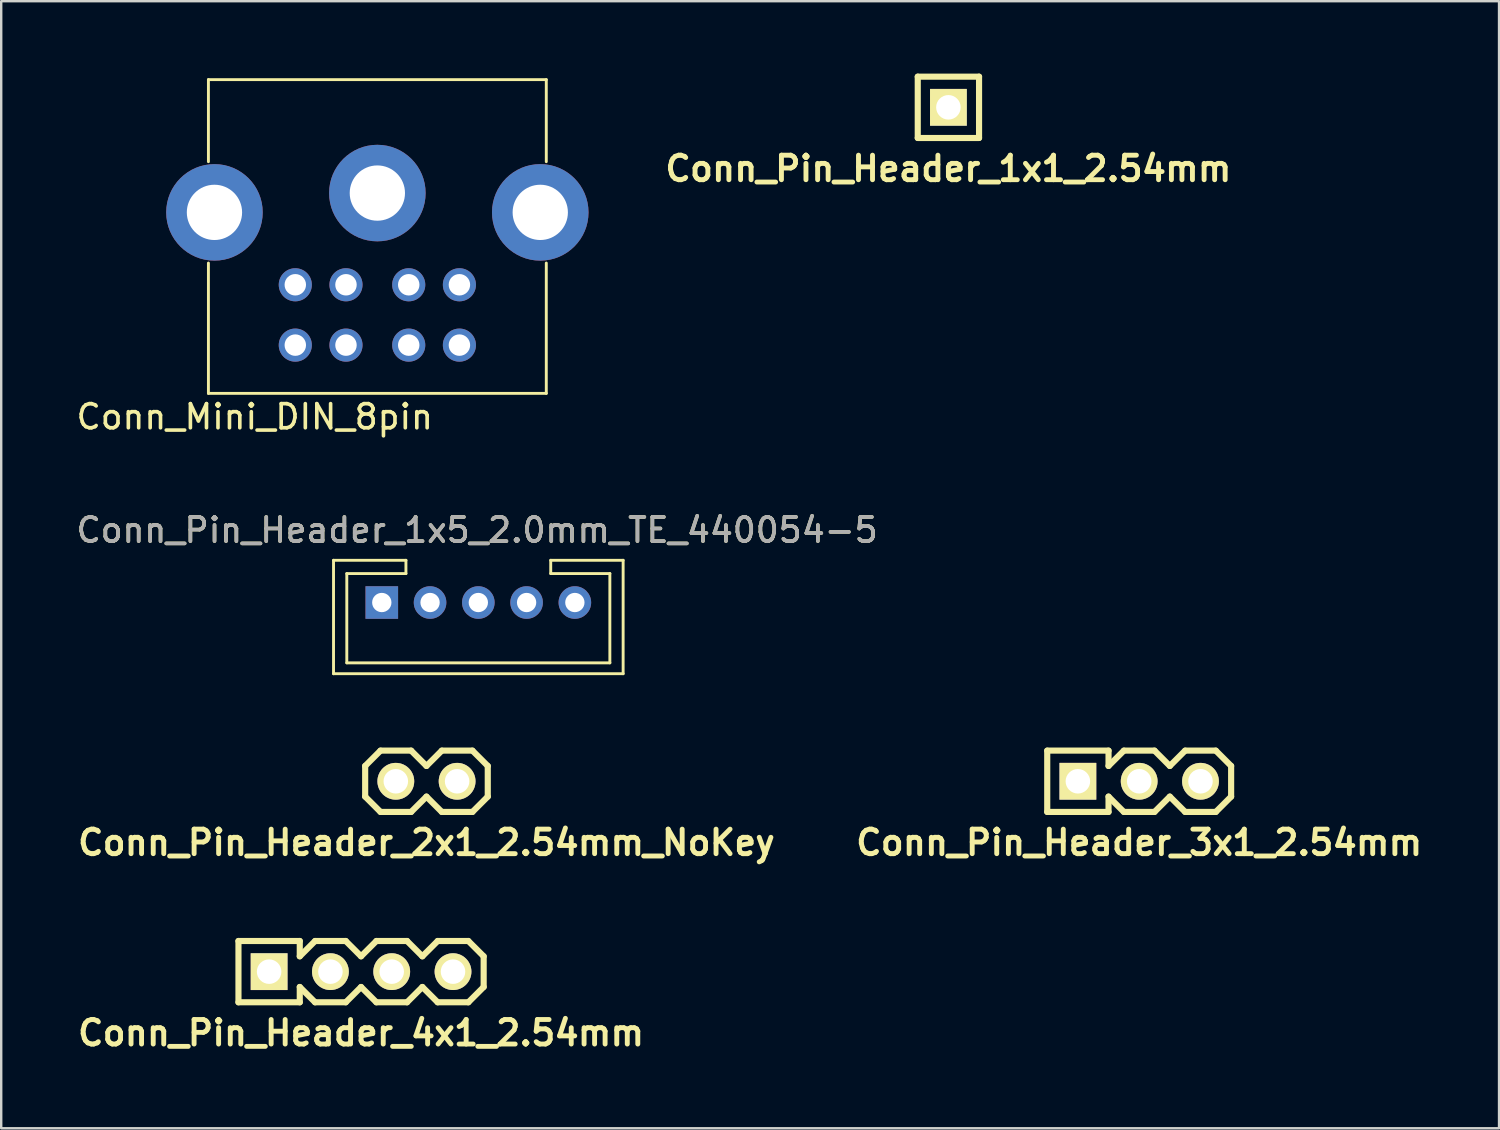
<source format=kicad_pcb>
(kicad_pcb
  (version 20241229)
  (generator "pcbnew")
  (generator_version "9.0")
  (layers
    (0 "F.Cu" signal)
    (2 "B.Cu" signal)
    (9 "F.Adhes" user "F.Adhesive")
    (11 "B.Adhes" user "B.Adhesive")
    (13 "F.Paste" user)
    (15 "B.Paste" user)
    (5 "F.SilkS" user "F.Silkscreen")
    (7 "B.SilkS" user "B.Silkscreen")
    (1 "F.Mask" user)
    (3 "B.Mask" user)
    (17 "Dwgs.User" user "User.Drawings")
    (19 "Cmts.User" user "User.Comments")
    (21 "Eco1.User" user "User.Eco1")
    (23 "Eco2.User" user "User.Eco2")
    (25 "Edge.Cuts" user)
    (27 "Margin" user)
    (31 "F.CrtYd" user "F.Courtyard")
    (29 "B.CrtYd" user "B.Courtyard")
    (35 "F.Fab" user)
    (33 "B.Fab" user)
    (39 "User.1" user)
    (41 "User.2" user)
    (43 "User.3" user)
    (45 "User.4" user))
  (footprint "Conn_Pin_Header_1x5_2.0mm_TE_440054-5"
    (layer "F.Cu")
    (at 16.77 21.916)
    (property "Reference" "Conn_Pin_Header_1x5_2.0mm_TE_440054-5" (at -0.05 -3 0) (layer "F.SilkS") (effects (font (size 1 1) (thickness 0.15))))
    (attr through_hole)
    (fp_line (start -6 -1.75) (end -6 2.95) (stroke (width 0.12) (type solid)) (layer "F.SilkS"))
    (fp_line (start -6 -1.75) (end -3 -1.75) (stroke (width 0.12) (type solid)) (layer "F.SilkS"))
    (fp_line (start -6 2.95) (end 6 2.95) (stroke (width 0.12) (type solid)) (layer "F.SilkS"))
    (fp_line (start -5.45 -1.2) (end -5.45 2.5) (stroke (width 0.12) (type solid)) (layer "F.SilkS"))
    (fp_line (start -5.45 2.5) (end 5.45 2.5) (stroke (width 0.12) (type solid)) (layer "F.SilkS"))
    (fp_line (start -3 -1.75) (end -3 -1.2) (stroke (width 0.12) (type solid)) (layer "F.SilkS"))
    (fp_line (start -3 -1.2) (end -5.45 -1.2) (stroke (width 0.12) (type solid)) (layer "F.SilkS"))
    (fp_line (start 3 -1.2) (end 3 -1.75) (stroke (width 0.12) (type solid)) (layer "F.SilkS"))
    (fp_line (start 5.45 -1.2) (end 3 -1.2) (stroke (width 0.12) (type solid)) (layer "F.SilkS"))
    (fp_line (start 5.45 2.5) (end 5.45 -1.2) (stroke (width 0.12) (type solid)) (layer "F.SilkS"))
    (fp_line (start 6 -1.75) (end 3 -1.75) (stroke (width 0.12) (type solid)) (layer "F.SilkS"))
    (fp_line (start 6 -1.75) (end 6 2.95) (stroke (width 0.12) (type solid)) (layer "F.SilkS"))
    (fp_text user "${REFERENCE}" (at -0.05 -3 180) (layer "F.Fab") (effects (font (size 1 1) (thickness 0.15))))
    (pad "1" thru_hole rect (at -4 0 90) (size 1.35 1.35) (drill 0.8) (layers "*.Cu" "*.Mask"))
    (pad "2" thru_hole oval (at -2 0 90) (size 1.35 1.35) (drill 0.8) (layers "*.Cu" "*.Mask"))
    (pad "3" thru_hole oval (at 0 0 90) (size 1.35 1.35) (drill 0.8) (layers "*.Cu" "*.Mask"))
    (pad "4" thru_hole oval (at 2 0 90) (size 1.35 1.35) (drill 0.8) (layers "*.Cu" "*.Mask"))
    (pad "5" thru_hole oval (at 4 0 90) (size 1.35 1.35) (drill 0.8) (layers "*.Cu" "*.Mask")))
  (footprint "Conn_Pin_Header_2x1_2.54mm_NoKey"
    (layer "F.Cu")
    (at 14.621 29.323)
    (property "Reference" "Conn_Pin_Header_2x1_2.54mm_NoKey" (at 0 2.54 0) (layer "F.SilkS") (effects (font (size 1.016 1.016) (thickness 0.203))))
    (attr through_hole)
    (fp_line (start -2.54 -0.635) (end -2.54 0.635) (stroke (width 0.254) (type solid)) (layer "F.SilkS"))
    (fp_line (start -2.54 0.635) (end -1.905 1.27) (stroke (width 0.254) (type solid)) (layer "F.SilkS"))
    (fp_line (start -1.905 -1.27) (end -2.54 -0.635) (stroke (width 0.254) (type solid)) (layer "F.SilkS"))
    (fp_line (start -1.905 1.27) (end -0.635 1.27) (stroke (width 0.254) (type solid)) (layer "F.SilkS"))
    (fp_line (start -0.635 -1.27) (end -1.905 -1.27) (stroke (width 0.254) (type solid)) (layer "F.SilkS"))
    (fp_line (start -0.635 1.27) (end 0 0.635) (stroke (width 0.254) (type solid)) (layer "F.SilkS"))
    (fp_line (start 0 -0.635) (end -0.635 -1.27) (stroke (width 0.254) (type solid)) (layer "F.SilkS"))
    (fp_line (start 0 -0.635) (end 0.635 -1.27) (stroke (width 0.254) (type solid)) (layer "F.SilkS"))
    (fp_line (start 0.635 -1.27) (end 1.905 -1.27) (stroke (width 0.254) (type solid)) (layer "F.SilkS"))
    (fp_line (start 0.635 1.27) (end 0 0.635) (stroke (width 0.254) (type solid)) (layer "F.SilkS"))
    (fp_line (start 1.905 -1.27) (end 2.54 -0.635) (stroke (width 0.254) (type solid)) (layer "F.SilkS"))
    (fp_line (start 1.905 1.27) (end 0.635 1.27) (stroke (width 0.254) (type solid)) (layer "F.SilkS"))
    (fp_line (start 2.54 -0.635) (end 2.54 0.635) (stroke (width 0.254) (type solid)) (layer "F.SilkS"))
    (fp_line (start 2.54 0.635) (end 1.905 1.27) (stroke (width 0.254) (type solid)) (layer "F.SilkS"))
    (pad "1" thru_hole circle (at -1.27 0) (size 1.524 1.524) (drill 1.016) (layers "*.Cu" "*.Mask" "F.SilkS"))
    (pad "2" thru_hole circle (at 1.27 0) (size 1.524 1.524) (drill 1.016) (layers "*.Cu" "*.Mask" "F.SilkS")))
  (footprint "Conn_Pin_Header_3x1_2.54mm"
    (layer "F.Cu")
    (at 44.153 29.323)
    (property "Reference" "Conn_Pin_Header_3x1_2.54mm" (at 0 2.54 0) (layer "F.SilkS") (effects (font (size 1.016 1.016) (thickness 0.203))))
    (attr through_hole)
    (fp_line (start -3.81 -1.27) (end -1.27 -1.27) (stroke (width 0.254) (type solid)) (layer "F.SilkS"))
    (fp_line (start -3.81 1.27) (end -3.81 -1.27) (stroke (width 0.254) (type solid)) (layer "F.SilkS"))
    (fp_line (start -1.27 -0.635) (end -1.27 -1.27) (stroke (width 0.254) (type solid)) (layer "F.SilkS"))
    (fp_line (start -1.27 -0.635) (end -0.635 -1.27) (stroke (width 0.254) (type solid)) (layer "F.SilkS"))
    (fp_line (start -1.27 1.27) (end -3.81 1.27) (stroke (width 0.254) (type solid)) (layer "F.SilkS"))
    (fp_line (start -1.27 1.27) (end -1.27 0.635) (stroke (width 0.254) (type solid)) (layer "F.SilkS"))
    (fp_line (start -0.635 -1.27) (end 0.635 -1.27) (stroke (width 0.254) (type solid)) (layer "F.SilkS"))
    (fp_line (start -0.635 1.27) (end -1.27 0.635) (stroke (width 0.254) (type solid)) (layer "F.SilkS"))
    (fp_line (start 0.635 -1.27) (end 1.27 -0.635) (stroke (width 0.254) (type solid)) (layer "F.SilkS"))
    (fp_line (start 0.635 1.27) (end -0.635 1.27) (stroke (width 0.254) (type solid)) (layer "F.SilkS"))
    (fp_line (start 1.27 -0.635) (end 1.905 -1.27) (stroke (width 0.254) (type solid)) (layer "F.SilkS"))
    (fp_line (start 1.27 0.635) (end 0.635 1.27) (stroke (width 0.254) (type solid)) (layer "F.SilkS"))
    (fp_line (start 1.905 -1.27) (end 3.175 -1.27) (stroke (width 0.254) (type solid)) (layer "F.SilkS"))
    (fp_line (start 1.905 1.27) (end 1.27 0.635) (stroke (width 0.254) (type solid)) (layer "F.SilkS"))
    (fp_line (start 3.175 -1.27) (end 3.81 -0.635) (stroke (width 0.254) (type solid)) (layer "F.SilkS"))
    (fp_line (start 3.175 1.27) (end 1.905 1.27) (stroke (width 0.254) (type solid)) (layer "F.SilkS"))
    (fp_line (start 3.81 -0.635) (end 3.81 0.635) (stroke (width 0.254) (type solid)) (layer "F.SilkS"))
    (fp_line (start 3.81 0.635) (end 3.175 1.27) (stroke (width 0.254) (type solid)) (layer "F.SilkS"))
    (pad "1" thru_hole rect (at -2.54 0) (size 1.524 1.524) (drill 1.016) (layers "*.Cu" "*.Mask" "F.SilkS"))
    (pad "2" thru_hole circle (at 0 0) (size 1.524 1.524) (drill 1.016) (layers "*.Cu" "*.Mask" "F.SilkS"))
    (pad "3" thru_hole circle (at 2.54 0) (size 1.524 1.524) (drill 1.016) (layers "*.Cu" "*.Mask" "F.SilkS")))
  (footprint "Conn_Pin_Header_1x1_2.54mm"
    (layer "F.Cu")
    (at 36.248 1.397)
    (property "Reference" "Conn_Pin_Header_1x1_2.54mm" (at 0 2.54 0) (layer "F.SilkS") (effects (font (size 1.016 1.016) (thickness 0.203))))
    (attr through_hole)
    (fp_line (start -1.27 -1.27) (end 1.27 -1.27) (stroke (width 0.254) (type solid)) (layer "F.SilkS"))
    (fp_line (start -1.27 1.27) (end -1.27 -1.27) (stroke (width 0.254) (type solid)) (layer "F.SilkS"))
    (fp_line (start 1.27 1.27) (end -1.27 1.27) (stroke (width 0.254) (type solid)) (layer "F.SilkS"))
    (fp_line (start 1.27 1.27) (end 1.27 -1.27) (stroke (width 0.254) (type solid)) (layer "F.SilkS"))
    (pad "1" thru_hole rect (at 0 0) (size 1.524 1.524) (drill 1.016) (layers "*.Cu" "*.Mask" "F.SilkS")))
  (footprint "Conn_Pin_Header_4x1_2.54mm"
    (layer "F.Cu")
    (at 11.911 37.211)
    (property "Reference" "Conn_Pin_Header_4x1_2.54mm" (at 0 2.54 0) (layer "F.SilkS") (effects (font (size 1.016 1.016) (thickness 0.203))))
    (attr through_hole)
    (fp_line (start -5.08 -1.27) (end -2.54 -1.27) (stroke (width 0.254) (type solid)) (layer "F.SilkS"))
    (fp_line (start -5.08 1.27) (end -5.08 -1.27) (stroke (width 0.254) (type solid)) (layer "F.SilkS"))
    (fp_line (start -2.54 -0.635) (end -2.54 -1.27) (stroke (width 0.254) (type solid)) (layer "F.SilkS"))
    (fp_line (start -2.54 -0.635) (end -1.905 -1.27) (stroke (width 0.254) (type solid)) (layer "F.SilkS"))
    (fp_line (start -2.54 1.27) (end -5.08 1.27) (stroke (width 0.254) (type solid)) (layer "F.SilkS"))
    (fp_line (start -2.54 1.27) (end -2.54 0.635) (stroke (width 0.254) (type solid)) (layer "F.SilkS"))
    (fp_line (start -1.905 -1.27) (end -0.635 -1.27) (stroke (width 0.254) (type solid)) (layer "F.SilkS"))
    (fp_line (start -1.905 1.27) (end -2.54 0.635) (stroke (width 0.254) (type solid)) (layer "F.SilkS"))
    (fp_line (start -0.635 -1.27) (end 0 -0.635) (stroke (width 0.254) (type solid)) (layer "F.SilkS"))
    (fp_line (start -0.635 1.27) (end -1.905 1.27) (stroke (width 0.254) (type solid)) (layer "F.SilkS"))
    (fp_line (start 0 -0.635) (end 0.635 -1.27) (stroke (width 0.254) (type solid)) (layer "F.SilkS"))
    (fp_line (start 0 0.635) (end -0.635 1.27) (stroke (width 0.254) (type solid)) (layer "F.SilkS"))
    (fp_line (start 0.635 -1.27) (end 1.905 -1.27) (stroke (width 0.254) (type solid)) (layer "F.SilkS"))
    (fp_line (start 0.635 1.27) (end 0 0.635) (stroke (width 0.254) (type solid)) (layer "F.SilkS"))
    (fp_line (start 1.905 -1.27) (end 2.54 -0.635) (stroke (width 0.254) (type solid)) (layer "F.SilkS"))
    (fp_line (start 1.905 1.27) (end 0.635 1.27) (stroke (width 0.254) (type solid)) (layer "F.SilkS"))
    (fp_line (start 2.54 -0.635) (end 3.175 -1.27) (stroke (width 0.254) (type solid)) (layer "F.SilkS"))
    (fp_line (start 2.54 0.635) (end 1.905 1.27) (stroke (width 0.254) (type solid)) (layer "F.SilkS"))
    (fp_line (start 3.175 -1.27) (end 4.445 -1.27) (stroke (width 0.254) (type solid)) (layer "F.SilkS"))
    (fp_line (start 3.175 1.27) (end 2.54 0.635) (stroke (width 0.254) (type solid)) (layer "F.SilkS"))
    (fp_line (start 4.445 -1.27) (end 5.08 -0.635) (stroke (width 0.254) (type solid)) (layer "F.SilkS"))
    (fp_line (start 4.445 1.27) (end 3.175 1.27) (stroke (width 0.254) (type solid)) (layer "F.SilkS"))
    (fp_line (start 5.08 -0.635) (end 5.08 0.635) (stroke (width 0.254) (type solid)) (layer "F.SilkS"))
    (fp_line (start 5.08 0.635) (end 4.445 1.27) (stroke (width 0.254) (type solid)) (layer "F.SilkS"))
    (pad "1" thru_hole rect (at -3.81 0) (size 1.524 1.524) (drill 1.016) (layers "*.Cu" "*.Mask" "F.SilkS"))
    (pad "2" thru_hole circle (at -1.27 0) (size 1.524 1.524) (drill 1.016) (layers "*.Cu" "*.Mask" "F.SilkS"))
    (pad "3" thru_hole circle (at 1.27 0) (size 1.524 1.524) (drill 1.016) (layers "*.Cu" "*.Mask" "F.SilkS"))
    (pad "4" thru_hole circle (at 3.81 0) (size 1.524 1.524) (drill 1.016) (layers "*.Cu" "*.Mask" "F.SilkS")))
  (footprint "Conn_Mini_DIN_8pin"
    (layer "F.Cu")
    (at 12.586 0.25)
    (property "Reference" "Conn_Mini_DIN_8pin" (at -5.08 13.97 0) (layer "F.SilkS") (effects (font (size 1 1) (thickness 0.15))))
    (attr through_hole)
    (fp_line (start -7 0) (end -7 3.4) (stroke (width 0.12) (type solid)) (layer "F.SilkS"))
    (fp_line (start -7 0) (end 7 0) (stroke (width 0.12) (type solid)) (layer "F.SilkS"))
    (fp_line (start -7 13) (end -7 7.6) (stroke (width 0.12) (type solid)) (layer "F.SilkS"))
    (fp_line (start 7 0) (end 7 3.4) (stroke (width 0.12) (type solid)) (layer "F.SilkS"))
    (fp_line (start 7 13) (end -7 13) (stroke (width 0.12) (type solid)) (layer "F.SilkS"))
    (fp_line (start 7 13) (end 7 7.6) (stroke (width 0.12) (type solid)) (layer "F.SilkS"))
    (pad "1" thru_hole circle (at -1.3 8.5 180) (size 1.372 1.372) (drill 0.889) (layers "*.Cu" "*.Mask"))
    (pad "2" thru_hole circle (at 1.3 8.5 180) (size 1.372 1.372) (drill 0.889) (layers "*.Cu" "*.Mask"))
    (pad "3" thru_hole circle (at -3.4 8.5 180) (size 1.372 1.372) (drill 0.889) (layers "*.Cu" "*.Mask"))
    (pad "4" thru_hole circle (at -1.3 11 180) (size 1.372 1.372) (drill 0.889) (layers "*.Cu" "*.Mask"))
    (pad "5" thru_hole circle (at 3.4 8.5 180) (size 1.372 1.372) (drill 0.889) (layers "*.Cu" "*.Mask"))
    (pad "6" thru_hole circle (at -3.4 11 180) (size 1.372 1.372) (drill 0.889) (layers "*.Cu" "*.Mask"))
    (pad "7" thru_hole circle (at 1.3 11 180) (size 1.372 1.372) (drill 0.889) (layers "*.Cu" "*.Mask"))
    (pad "8" thru_hole circle (at 3.4 11 180) (size 1.372 1.372) (drill 0.889) (layers "*.Cu" "*.Mask"))
    (pad "SH" thru_hole circle (at -6.75 5.5 180) (size 4 4) (drill 2.291) (layers "*.Cu" "*.Mask"))
    (pad "SH" thru_hole circle (at 0 4.7 180) (size 4 4) (drill 2.291) (layers "*.Cu" "*.Mask"))
    (pad "SH" thru_hole circle (at 6.75 5.5 180) (size 4 4) (drill 2.291) (layers "*.Cu" "*.Mask")))
  (gr_rect
    (start -3 -3)
    (end 59.064 43.702)
    (stroke (width 0.1) (type default))
    (fill no)
    (layer "Edge.Cuts")))
</source>
